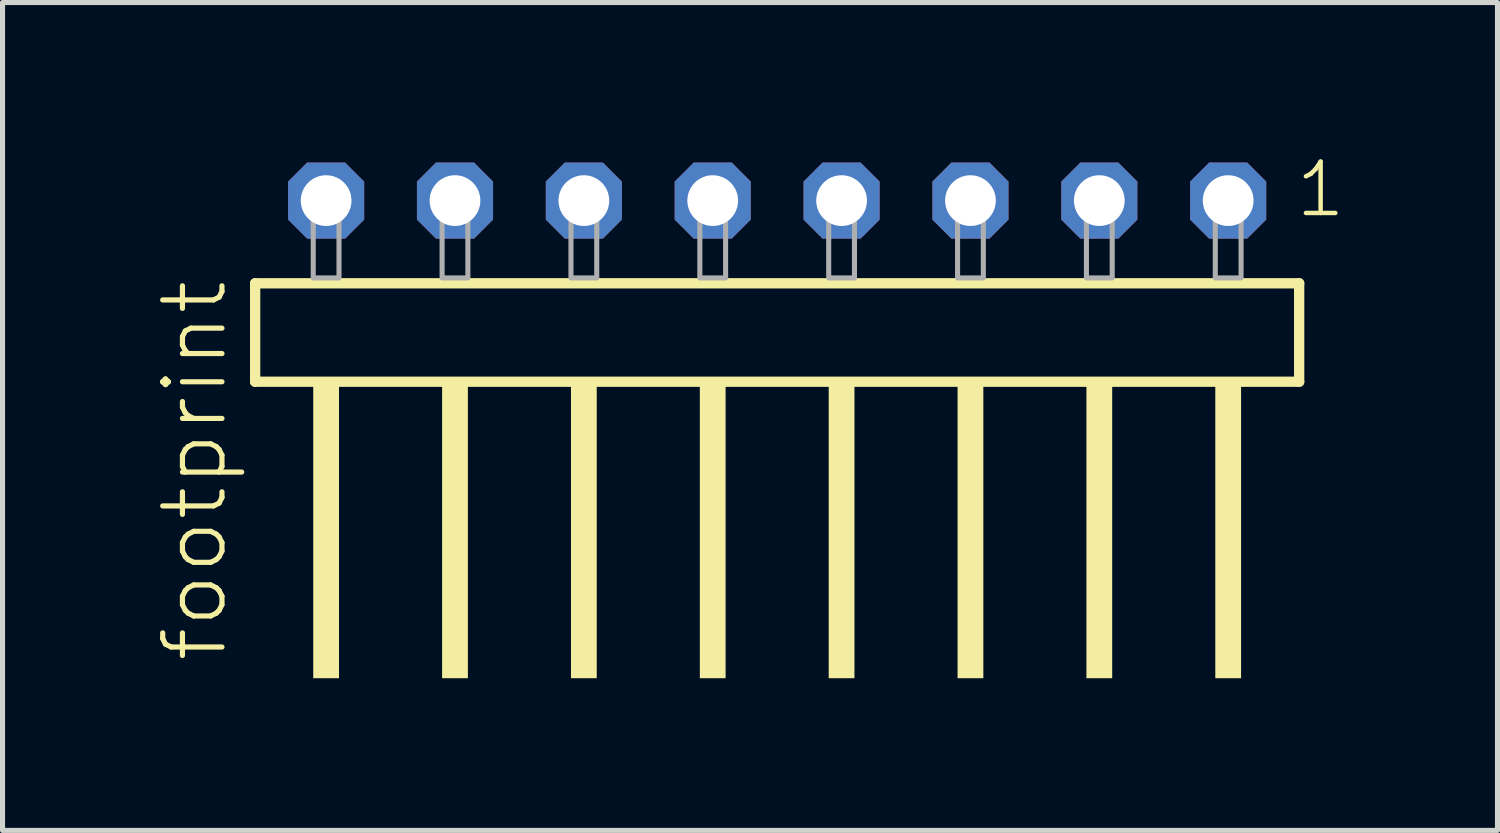
<source format=kicad_pcb>
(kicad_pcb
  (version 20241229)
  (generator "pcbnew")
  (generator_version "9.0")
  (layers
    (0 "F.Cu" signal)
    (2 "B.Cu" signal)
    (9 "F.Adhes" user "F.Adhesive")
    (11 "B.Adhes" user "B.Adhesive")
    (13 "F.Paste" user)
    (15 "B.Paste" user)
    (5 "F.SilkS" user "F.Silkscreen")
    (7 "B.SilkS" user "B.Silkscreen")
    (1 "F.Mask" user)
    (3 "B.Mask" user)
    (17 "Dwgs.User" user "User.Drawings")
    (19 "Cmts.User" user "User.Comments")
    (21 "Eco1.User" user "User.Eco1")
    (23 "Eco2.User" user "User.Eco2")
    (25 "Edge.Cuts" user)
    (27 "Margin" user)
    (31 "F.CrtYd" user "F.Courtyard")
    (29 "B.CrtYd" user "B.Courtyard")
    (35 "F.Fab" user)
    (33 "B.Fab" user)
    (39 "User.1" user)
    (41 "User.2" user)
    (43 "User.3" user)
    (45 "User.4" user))
  (footprint "footprint"
    (layer "F.Cu")
    (at 12.268 2.428)
    (property "Reference" "footprint" (at -10.795 7.62 90) (layer "F.SilkS") (effects (font (size 1.168 1.168) (thickness 0.102)) (justify left bottom)))
    (fp_line (start -10.289 0.106) (end -10.289 2.046) (stroke (width 0.203) (type solid)) (layer "F.SilkS"))
    (fp_line (start -10.289 2.046) (end 10.289 2.046) (stroke (width 0.203) (type solid)) (layer "F.SilkS"))
    (fp_line (start 10.289 0.106) (end -10.289 0.106) (stroke (width 0.203) (type solid)) (layer "F.SilkS"))
    (fp_line (start 10.289 2.046) (end 10.289 0.106) (stroke (width 0.203) (type solid)) (layer "F.SilkS"))
    (fp_poly (pts (xy -9.144 7.89) (xy -8.636 7.89) (xy -8.636 2.04) (xy -9.144 2.04)) (stroke (width 0) (type solid)) (fill yes) (layer "F.SilkS"))
    (fp_poly (pts (xy -6.604 7.89) (xy -6.096 7.89) (xy -6.096 2.04) (xy -6.604 2.04)) (stroke (width 0) (type solid)) (fill yes) (layer "F.SilkS"))
    (fp_poly (pts (xy -4.064 7.89) (xy -3.556 7.89) (xy -3.556 2.04) (xy -4.064 2.04)) (stroke (width 0) (type solid)) (fill yes) (layer "F.SilkS"))
    (fp_poly (pts (xy -1.524 7.89) (xy -1.016 7.89) (xy -1.016 2.04) (xy -1.524 2.04)) (stroke (width 0) (type solid)) (fill yes) (layer "F.SilkS"))
    (fp_poly (pts (xy 1.016 7.89) (xy 1.524 7.89) (xy 1.524 2.04) (xy 1.016 2.04)) (stroke (width 0) (type solid)) (fill yes) (layer "F.SilkS"))
    (fp_poly (pts (xy 3.556 7.89) (xy 4.064 7.89) (xy 4.064 2.04) (xy 3.556 2.04)) (stroke (width 0) (type solid)) (fill yes) (layer "F.SilkS"))
    (fp_poly (pts (xy 6.096 7.89) (xy 6.604 7.89) (xy 6.604 2.04) (xy 6.096 2.04)) (stroke (width 0) (type solid)) (fill yes) (layer "F.SilkS"))
    (fp_poly (pts (xy 8.636 7.89) (xy 9.144 7.89) (xy 9.144 2.04) (xy 8.636 2.04)) (stroke (width 0) (type solid)) (fill yes) (layer "F.SilkS"))
    (fp_poly (pts (xy -9.144 0) (xy -8.636 0) (xy -8.636 -1.778) (xy -9.144 -1.778)) (stroke (width 0.1) (type solid)) (fill no) (layer "F.Fab"))
    (fp_poly (pts (xy -6.604 0) (xy -6.096 0) (xy -6.096 -1.778) (xy -6.604 -1.778)) (stroke (width 0.1) (type solid)) (fill no) (layer "F.Fab"))
    (fp_poly (pts (xy -4.064 0) (xy -3.556 0) (xy -3.556 -1.778) (xy -4.064 -1.778)) (stroke (width 0.1) (type solid)) (fill no) (layer "F.Fab"))
    (fp_poly (pts (xy -1.524 0) (xy -1.016 0) (xy -1.016 -1.778) (xy -1.524 -1.778)) (stroke (width 0.1) (type solid)) (fill no) (layer "F.Fab"))
    (fp_poly (pts (xy 1.016 0) (xy 1.524 0) (xy 1.524 -1.778) (xy 1.016 -1.778)) (stroke (width 0.1) (type solid)) (fill no) (layer "F.Fab"))
    (fp_poly (pts (xy 3.556 0) (xy 4.064 0) (xy 4.064 -1.778) (xy 3.556 -1.778)) (stroke (width 0.1) (type solid)) (fill no) (layer "F.Fab"))
    (fp_poly (pts (xy 6.096 0) (xy 6.604 0) (xy 6.604 -1.778) (xy 6.096 -1.778)) (stroke (width 0.1) (type solid)) (fill no) (layer "F.Fab"))
    (fp_poly (pts (xy 8.636 0) (xy 9.144 0) (xy 9.144 -1.778) (xy 8.636 -1.778)) (stroke (width 0.1) (type solid)) (fill no) (layer "F.Fab"))
    (fp_text user "1" (at 10.172 -1.152 0) (layer "F.SilkS") (effects (font (size 1.012 1.012) (thickness 0.088)) (justify left bottom)))
    (pad "1" thru_hole roundrect (at 8.89 -1.524 180) (size 1.5 1.5) (drill 1) (layers "*.Cu" "*.Mask") (roundrect_rratio 0.25) (chamfer_ratio 0.25) (chamfer top_left top_right bottom_left bottom_right))
    (pad "2" thru_hole roundrect (at 6.35 -1.524 180) (size 1.5 1.5) (drill 1) (layers "*.Cu" "*.Mask") (roundrect_rratio 0.25) (chamfer_ratio 0.25) (chamfer top_left top_right bottom_left bottom_right))
    (pad "3" thru_hole roundrect (at 3.81 -1.524 180) (size 1.5 1.5) (drill 1) (layers "*.Cu" "*.Mask") (roundrect_rratio 0.25) (chamfer_ratio 0.25) (chamfer top_left top_right bottom_left bottom_right))
    (pad "4" thru_hole roundrect (at 1.27 -1.524 180) (size 1.5 1.5) (drill 1) (layers "*.Cu" "*.Mask") (roundrect_rratio 0.25) (chamfer_ratio 0.25) (chamfer top_left top_right bottom_left bottom_right))
    (pad "5" thru_hole roundrect (at -1.27 -1.524 180) (size 1.5 1.5) (drill 1) (layers "*.Cu" "*.Mask") (roundrect_rratio 0.25) (chamfer_ratio 0.25) (chamfer top_left top_right bottom_left bottom_right))
    (pad "6" thru_hole roundrect (at -3.81 -1.524 180) (size 1.5 1.5) (drill 1) (layers "*.Cu" "*.Mask") (roundrect_rratio 0.25) (chamfer_ratio 0.25) (chamfer top_left top_right bottom_left bottom_right))
    (pad "7" thru_hole roundrect (at -6.35 -1.524 180) (size 1.5 1.5) (drill 1) (layers "*.Cu" "*.Mask") (roundrect_rratio 0.25) (chamfer_ratio 0.25) (chamfer top_left top_right bottom_left bottom_right))
    (pad "8" thru_hole roundrect (at -8.89 -1.524 180) (size 1.5 1.5) (drill 1) (layers "*.Cu" "*.Mask") (roundrect_rratio 0.25) (chamfer_ratio 0.25) (chamfer top_left top_right bottom_left bottom_right)))
  (gr_rect
    (start -3 -3)
    (end 26.466 13.318)
    (stroke (width 0.1) (type default))
    (fill no)
    (layer "Edge.Cuts")))
</source>
